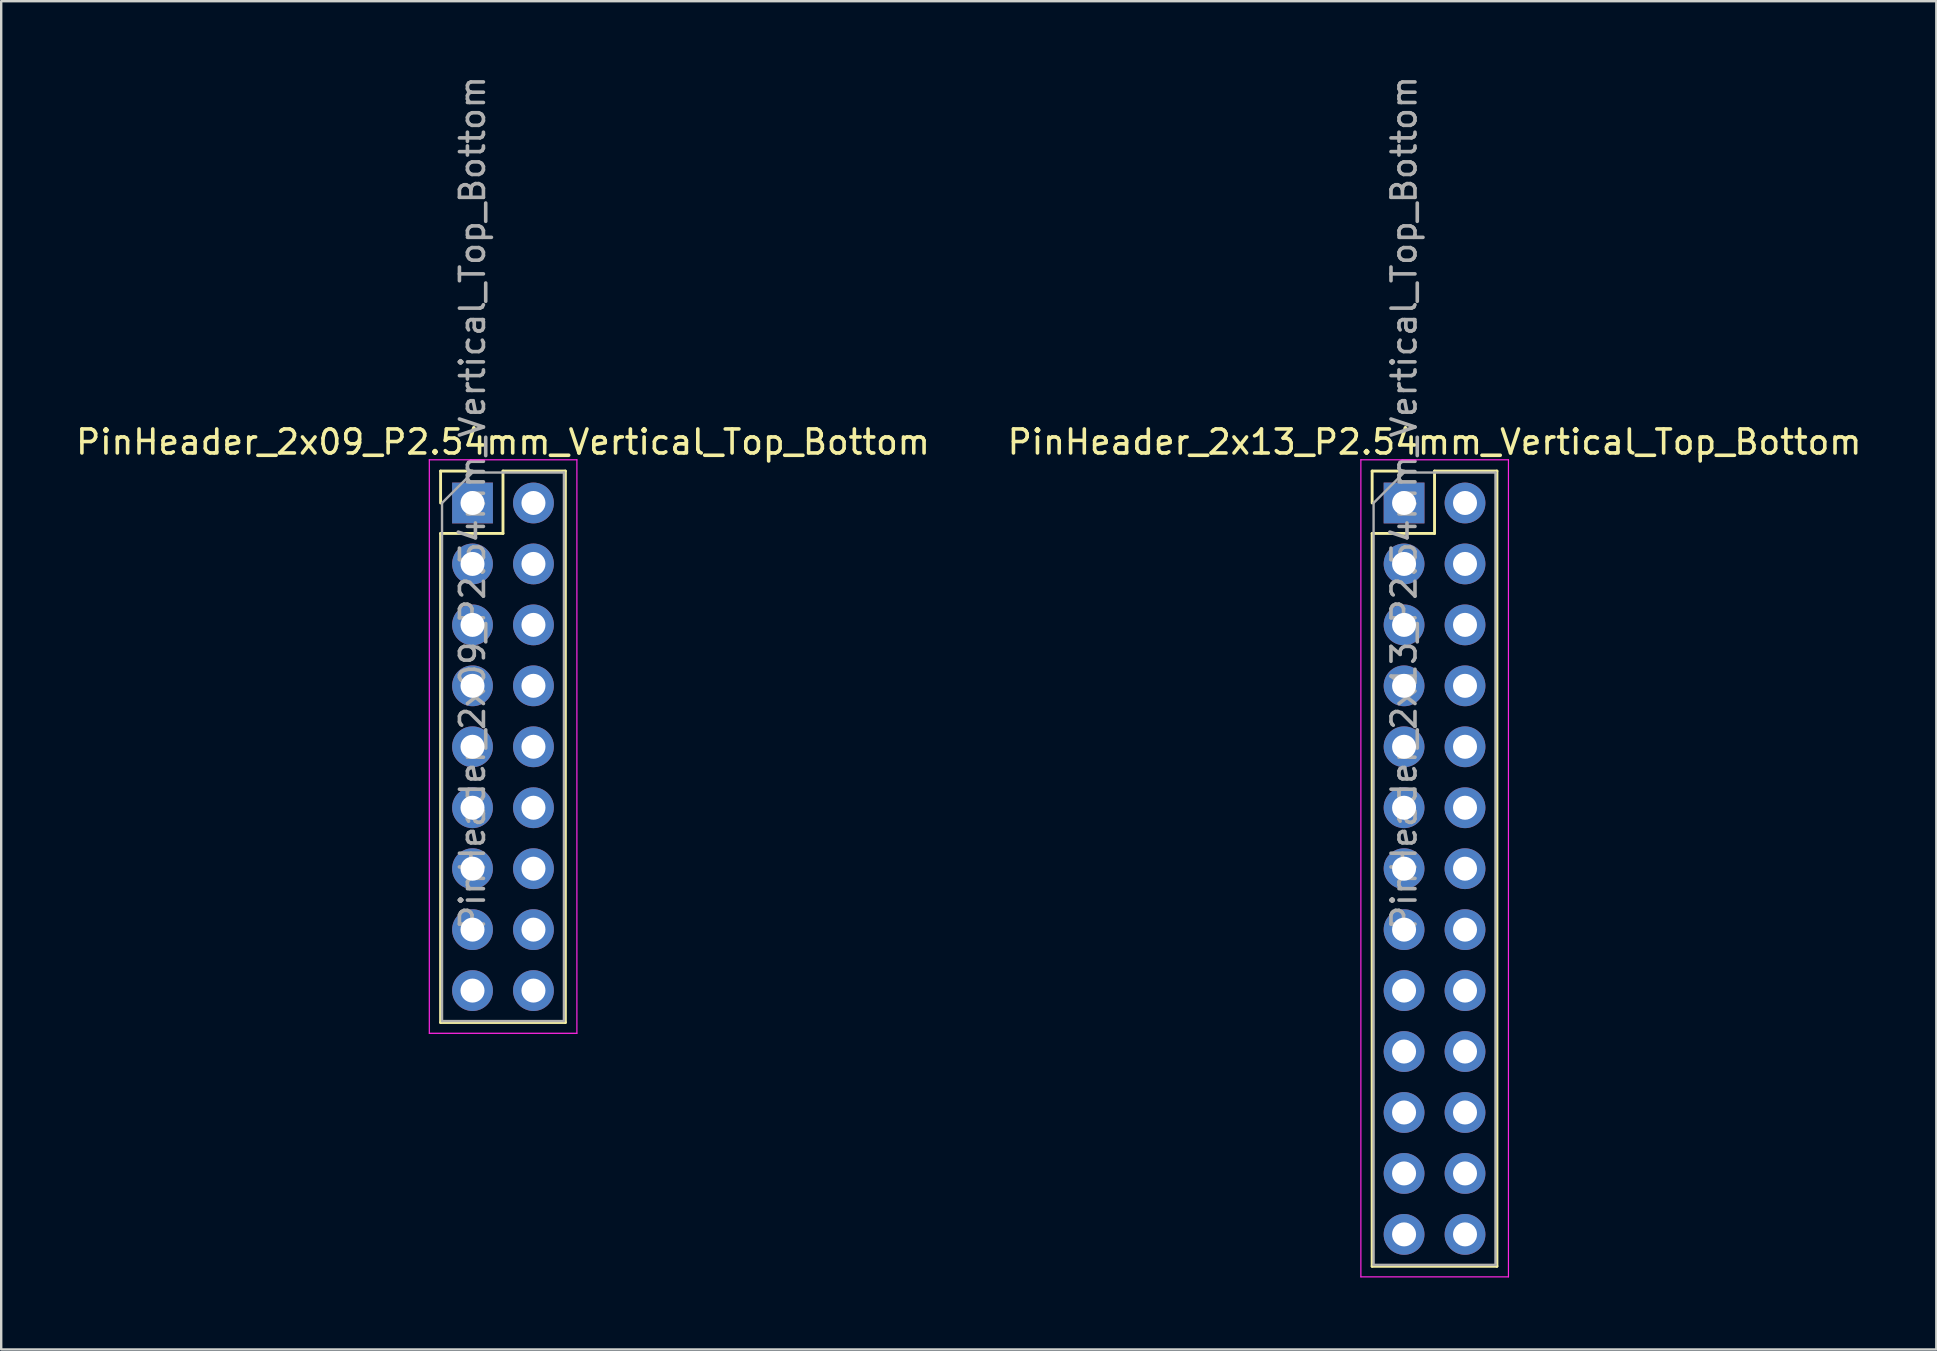
<source format=kicad_pcb>
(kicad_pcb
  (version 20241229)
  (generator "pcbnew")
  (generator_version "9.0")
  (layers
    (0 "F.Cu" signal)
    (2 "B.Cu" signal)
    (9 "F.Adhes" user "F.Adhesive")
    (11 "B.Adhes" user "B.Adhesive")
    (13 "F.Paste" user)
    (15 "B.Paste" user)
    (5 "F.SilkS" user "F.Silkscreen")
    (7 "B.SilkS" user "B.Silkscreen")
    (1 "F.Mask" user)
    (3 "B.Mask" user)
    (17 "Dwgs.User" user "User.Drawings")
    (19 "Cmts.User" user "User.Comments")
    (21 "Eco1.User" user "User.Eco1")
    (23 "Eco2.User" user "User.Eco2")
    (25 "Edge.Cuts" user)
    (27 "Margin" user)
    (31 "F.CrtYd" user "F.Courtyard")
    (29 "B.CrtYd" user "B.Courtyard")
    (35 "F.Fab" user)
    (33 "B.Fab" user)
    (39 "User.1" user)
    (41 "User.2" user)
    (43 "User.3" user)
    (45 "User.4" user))
  (footprint "PinHeader_2x09_P2.54mm_Vertical_Top_Bottom"
    (layer "F.Cu")
    (at 16.641 17.911)
    (property "Reference" "PinHeader_2x09_P2.54mm_Vertical_Top_Bottom" (at 1.27 -2.54 0) (layer "F.SilkS") (effects (font (size 1 1) (thickness 0.15))))
    (attr through_hole)
    (fp_line (start -1.33 -1.33) (end 0 -1.33) (stroke (width 0.12) (type solid)) (layer "F.SilkS"))
    (fp_line (start -1.33 0) (end -1.33 -1.33) (stroke (width 0.12) (type solid)) (layer "F.SilkS"))
    (fp_line (start -1.33 1.27) (end -1.33 21.65) (stroke (width 0.12) (type solid)) (layer "F.SilkS"))
    (fp_line (start -1.33 1.27) (end 1.27 1.27) (stroke (width 0.12) (type solid)) (layer "F.SilkS"))
    (fp_line (start -1.33 21.65) (end 3.87 21.65) (stroke (width 0.12) (type solid)) (layer "F.SilkS"))
    (fp_line (start 1.27 -1.33) (end 3.87 -1.33) (stroke (width 0.12) (type solid)) (layer "F.SilkS"))
    (fp_line (start 1.27 1.27) (end 1.27 -1.33) (stroke (width 0.12) (type solid)) (layer "F.SilkS"))
    (fp_line (start 3.87 -1.33) (end 3.87 21.65) (stroke (width 0.12) (type solid)) (layer "F.SilkS"))
    (fp_line (start -1.8 -1.8) (end -1.8 22.1) (stroke (width 0.05) (type solid)) (layer "F.CrtYd"))
    (fp_line (start -1.8 22.1) (end 4.35 22.1) (stroke (width 0.05) (type solid)) (layer "F.CrtYd"))
    (fp_line (start 4.35 -1.8) (end -1.8 -1.8) (stroke (width 0.05) (type solid)) (layer "F.CrtYd"))
    (fp_line (start 4.35 22.1) (end 4.35 -1.8) (stroke (width 0.05) (type solid)) (layer "F.CrtYd"))
    (fp_line (start -1.27 0) (end 0 -1.27) (stroke (width 0.1) (type solid)) (layer "F.Fab"))
    (fp_line (start -1.27 21.59) (end -1.27 0) (stroke (width 0.1) (type solid)) (layer "F.Fab"))
    (fp_line (start 0 -1.27) (end 3.81 -1.27) (stroke (width 0.1) (type solid)) (layer "F.Fab"))
    (fp_line (start 3.81 -1.27) (end 3.81 21.59) (stroke (width 0.1) (type solid)) (layer "F.Fab"))
    (fp_line (start 3.81 21.59) (end -1.27 21.59) (stroke (width 0.1) (type solid)) (layer "F.Fab"))
    (fp_text user "${REFERENCE}" (at 0 0 270) (layer "F.Fab") (effects (font (size 1 1) (thickness 0.15))))
    (pad "1" thru_hole rect (at 0 0) (size 1.7 1.7) (drill 1) (layers "*.Cu" "*.Mask"))
    (pad "2" thru_hole oval (at 0 2.54) (size 1.7 1.7) (drill 1) (layers "*.Cu" "*.Mask"))
    (pad "3" thru_hole oval (at 0 5.08) (size 1.7 1.7) (drill 1) (layers "*.Cu" "*.Mask"))
    (pad "4" thru_hole oval (at 0 7.62) (size 1.7 1.7) (drill 1) (layers "*.Cu" "*.Mask"))
    (pad "5" thru_hole oval (at 0 10.16) (size 1.7 1.7) (drill 1) (layers "*.Cu" "*.Mask"))
    (pad "6" thru_hole oval (at 0 12.7) (size 1.7 1.7) (drill 1) (layers "*.Cu" "*.Mask"))
    (pad "7" thru_hole oval (at 0 15.24) (size 1.7 1.7) (drill 1) (layers "*.Cu" "*.Mask"))
    (pad "8" thru_hole oval (at 0 17.78) (size 1.7 1.7) (drill 1) (layers "*.Cu" "*.Mask"))
    (pad "9" thru_hole oval (at 0 20.32) (size 1.7 1.7) (drill 1) (layers "*.Cu" "*.Mask"))
    (pad "10" thru_hole oval (at 2.54 0) (size 1.7 1.7) (drill 1) (layers "*.Cu" "*.Mask"))
    (pad "11" thru_hole oval (at 2.54 2.54) (size 1.7 1.7) (drill 1) (layers "*.Cu" "*.Mask"))
    (pad "12" thru_hole oval (at 2.54 5.08) (size 1.7 1.7) (drill 1) (layers "*.Cu" "*.Mask"))
    (pad "13" thru_hole oval (at 2.54 7.62) (size 1.7 1.7) (drill 1) (layers "*.Cu" "*.Mask"))
    (pad "14" thru_hole oval (at 2.54 10.16) (size 1.7 1.7) (drill 1) (layers "*.Cu" "*.Mask"))
    (pad "15" thru_hole oval (at 2.54 12.7) (size 1.7 1.7) (drill 1) (layers "*.Cu" "*.Mask"))
    (pad "16" thru_hole oval (at 2.54 15.24) (size 1.7 1.7) (drill 1) (layers "*.Cu" "*.Mask"))
    (pad "17" thru_hole oval (at 2.54 17.78) (size 1.7 1.7) (drill 1) (layers "*.Cu" "*.Mask"))
    (pad "18" thru_hole oval (at 2.54 20.32) (size 1.7 1.7) (drill 1) (layers "*.Cu" "*.Mask")))
  (footprint "PinHeader_2x13_P2.54mm_Vertical_Top_Bottom"
    (layer "F.Cu")
    (at 55.462 17.911)
    (property "Reference" "PinHeader_2x13_P2.54mm_Vertical_Top_Bottom" (at 1.27 -2.54 0) (layer "F.SilkS") (effects (font (size 1 1) (thickness 0.15))))
    (attr through_hole)
    (fp_line (start -1.33 -1.33) (end 0 -1.33) (stroke (width 0.12) (type solid)) (layer "F.SilkS"))
    (fp_line (start -1.33 0) (end -1.33 -1.33) (stroke (width 0.12) (type solid)) (layer "F.SilkS"))
    (fp_line (start -1.33 1.27) (end -1.33 31.81) (stroke (width 0.12) (type solid)) (layer "F.SilkS"))
    (fp_line (start -1.33 1.27) (end 1.27 1.27) (stroke (width 0.12) (type solid)) (layer "F.SilkS"))
    (fp_line (start -1.33 31.81) (end 3.87 31.81) (stroke (width 0.12) (type solid)) (layer "F.SilkS"))
    (fp_line (start 1.27 -1.33) (end 3.87 -1.33) (stroke (width 0.12) (type solid)) (layer "F.SilkS"))
    (fp_line (start 1.27 1.27) (end 1.27 -1.33) (stroke (width 0.12) (type solid)) (layer "F.SilkS"))
    (fp_line (start 3.87 -1.33) (end 3.87 31.81) (stroke (width 0.12) (type solid)) (layer "F.SilkS"))
    (fp_line (start -1.8 -1.8) (end -1.8 32.25) (stroke (width 0.05) (type solid)) (layer "F.CrtYd"))
    (fp_line (start -1.8 32.25) (end 4.35 32.25) (stroke (width 0.05) (type solid)) (layer "F.CrtYd"))
    (fp_line (start 4.35 -1.8) (end -1.8 -1.8) (stroke (width 0.05) (type solid)) (layer "F.CrtYd"))
    (fp_line (start 4.35 32.25) (end 4.35 -1.8) (stroke (width 0.05) (type solid)) (layer "F.CrtYd"))
    (fp_line (start -1.27 0) (end 0 -1.27) (stroke (width 0.1) (type solid)) (layer "F.Fab"))
    (fp_line (start -1.27 31.75) (end -1.27 0) (stroke (width 0.1) (type solid)) (layer "F.Fab"))
    (fp_line (start 0 -1.27) (end 3.81 -1.27) (stroke (width 0.1) (type solid)) (layer "F.Fab"))
    (fp_line (start 3.81 -1.27) (end 3.81 31.75) (stroke (width 0.1) (type solid)) (layer "F.Fab"))
    (fp_line (start 3.81 31.75) (end -1.27 31.75) (stroke (width 0.1) (type solid)) (layer "F.Fab"))
    (fp_text user "${REFERENCE}" (at 0 0 270) (layer "F.Fab") (effects (font (size 1 1) (thickness 0.15))))
    (pad "1" thru_hole rect (at 0 0) (size 1.7 1.7) (drill 1) (layers "*.Cu" "*.Mask"))
    (pad "2" thru_hole oval (at 0 2.54) (size 1.7 1.7) (drill 1) (layers "*.Cu" "*.Mask"))
    (pad "3" thru_hole oval (at 0 5.08) (size 1.7 1.7) (drill 1) (layers "*.Cu" "*.Mask"))
    (pad "4" thru_hole oval (at 0 7.62) (size 1.7 1.7) (drill 1) (layers "*.Cu" "*.Mask"))
    (pad "5" thru_hole oval (at 0 10.16) (size 1.7 1.7) (drill 1) (layers "*.Cu" "*.Mask"))
    (pad "6" thru_hole oval (at 0 12.7) (size 1.7 1.7) (drill 1) (layers "*.Cu" "*.Mask"))
    (pad "7" thru_hole oval (at 0 15.24) (size 1.7 1.7) (drill 1) (layers "*.Cu" "*.Mask"))
    (pad "8" thru_hole oval (at 0 17.78) (size 1.7 1.7) (drill 1) (layers "*.Cu" "*.Mask"))
    (pad "9" thru_hole oval (at 0 20.32) (size 1.7 1.7) (drill 1) (layers "*.Cu" "*.Mask"))
    (pad "10" thru_hole oval (at 0 22.86) (size 1.7 1.7) (drill 1) (layers "*.Cu" "*.Mask"))
    (pad "11" thru_hole oval (at 0 25.4) (size 1.7 1.7) (drill 1) (layers "*.Cu" "*.Mask"))
    (pad "12" thru_hole oval (at 0 27.94) (size 1.7 1.7) (drill 1) (layers "*.Cu" "*.Mask"))
    (pad "13" thru_hole oval (at 0 30.48) (size 1.7 1.7) (drill 1) (layers "*.Cu" "*.Mask"))
    (pad "14" thru_hole oval (at 2.54 0) (size 1.7 1.7) (drill 1) (layers "*.Cu" "*.Mask"))
    (pad "15" thru_hole oval (at 2.54 2.54) (size 1.7 1.7) (drill 1) (layers "*.Cu" "*.Mask"))
    (pad "16" thru_hole oval (at 2.54 5.08) (size 1.7 1.7) (drill 1) (layers "*.Cu" "*.Mask"))
    (pad "17" thru_hole oval (at 2.54 7.62) (size 1.7 1.7) (drill 1) (layers "*.Cu" "*.Mask"))
    (pad "18" thru_hole oval (at 2.54 10.16) (size 1.7 1.7) (drill 1) (layers "*.Cu" "*.Mask"))
    (pad "19" thru_hole oval (at 2.54 12.7) (size 1.7 1.7) (drill 1) (layers "*.Cu" "*.Mask"))
    (pad "20" thru_hole oval (at 2.54 15.24) (size 1.7 1.7) (drill 1) (layers "*.Cu" "*.Mask"))
    (pad "21" thru_hole oval (at 2.54 17.78) (size 1.7 1.7) (drill 1) (layers "*.Cu" "*.Mask"))
    (pad "22" thru_hole oval (at 2.54 20.32) (size 1.7 1.7) (drill 1) (layers "*.Cu" "*.Mask"))
    (pad "23" thru_hole oval (at 2.54 22.86) (size 1.7 1.7) (drill 1) (layers "*.Cu" "*.Mask"))
    (pad "24" thru_hole oval (at 2.54 25.4) (size 1.7 1.7) (drill 1) (layers "*.Cu" "*.Mask"))
    (pad "25" thru_hole oval (at 2.54 27.94) (size 1.7 1.7) (drill 1) (layers "*.Cu" "*.Mask"))
    (pad "26" thru_hole oval (at 2.54 30.48) (size 1.7 1.7) (drill 1) (layers "*.Cu" "*.Mask")))
  (gr_rect
    (start -3 -3)
    (end 77.643 53.186)
    (stroke (width 0.1) (type default))
    (fill no)
    (layer "Edge.Cuts")))
</source>
